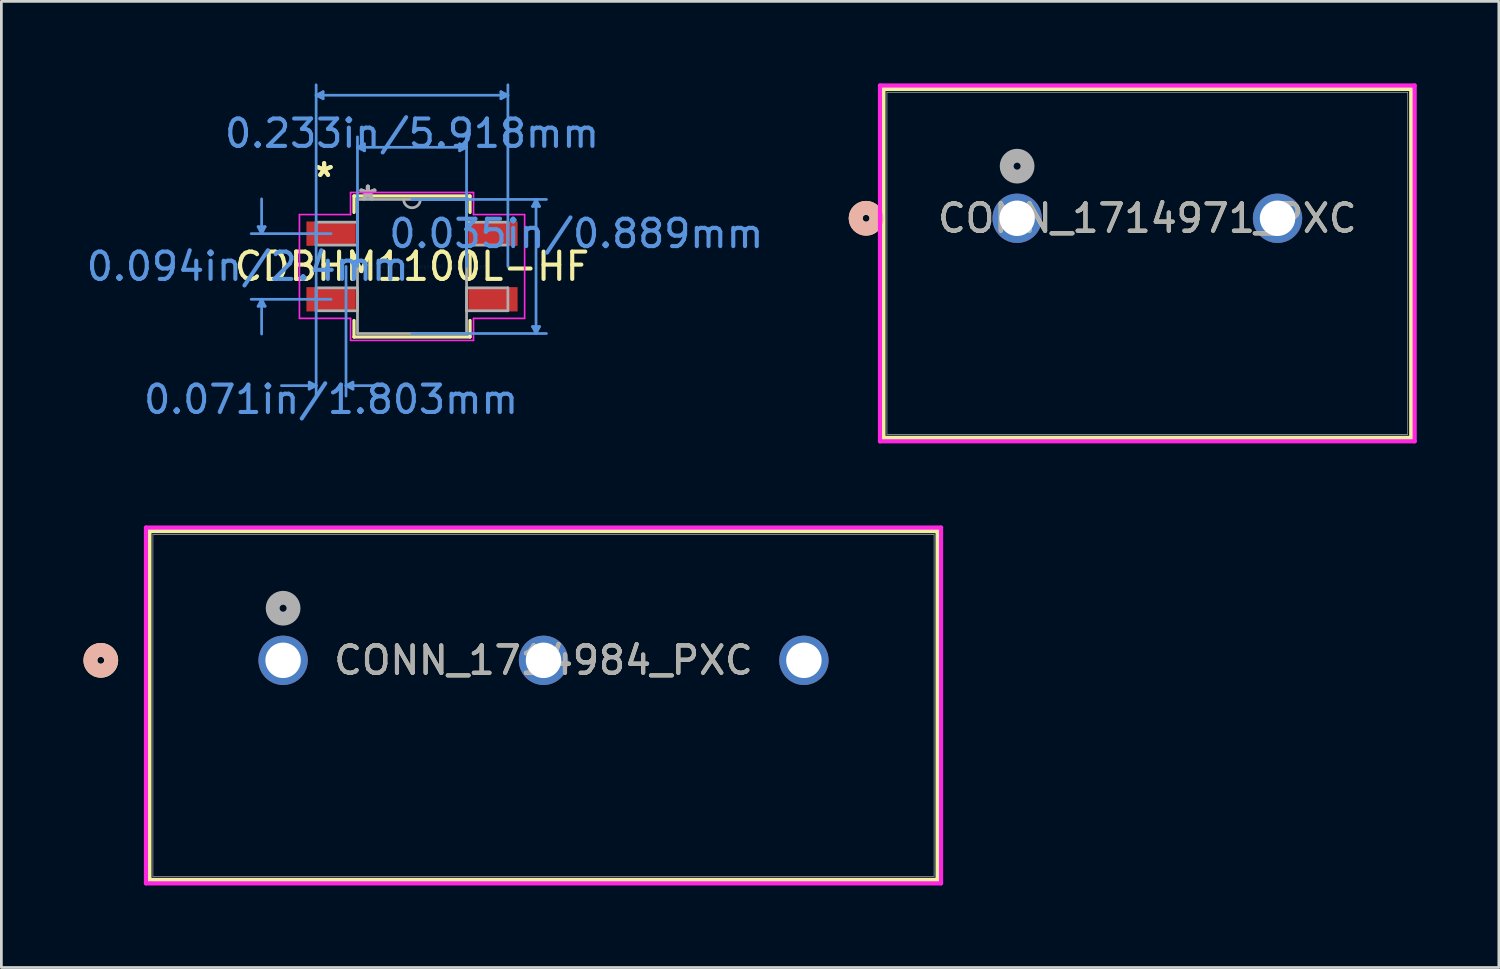
<source format=kicad_pcb>
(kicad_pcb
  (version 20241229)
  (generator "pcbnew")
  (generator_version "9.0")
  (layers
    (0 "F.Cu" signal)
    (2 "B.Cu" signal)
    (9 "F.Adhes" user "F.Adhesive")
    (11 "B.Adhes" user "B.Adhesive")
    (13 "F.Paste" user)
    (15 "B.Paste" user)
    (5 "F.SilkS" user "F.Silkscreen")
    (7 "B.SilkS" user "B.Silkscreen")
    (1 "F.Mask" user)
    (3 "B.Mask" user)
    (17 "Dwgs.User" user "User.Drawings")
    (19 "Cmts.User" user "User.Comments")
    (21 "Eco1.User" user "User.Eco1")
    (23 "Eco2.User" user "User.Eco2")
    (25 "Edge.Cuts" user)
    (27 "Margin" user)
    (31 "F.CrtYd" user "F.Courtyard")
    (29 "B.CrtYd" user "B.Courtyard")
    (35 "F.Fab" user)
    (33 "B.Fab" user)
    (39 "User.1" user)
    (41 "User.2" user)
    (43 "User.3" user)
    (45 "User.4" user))
  (footprint "CDBHM1100L-HF"
    (layer "F.Cu")
    (at 12.013 6.692)
    (property "Reference" "CDBHM1100L-HF" (at 0 0 0) (layer "F.SilkS") (effects (font (size 1 1) (thickness 0.15))))
    (attr through_hole)
    (fp_line (start -2.121 -2.578) (end -2.121 -1.977) (stroke (width 0.12) (type solid)) (layer "F.SilkS"))
    (fp_line (start -2.121 -0.423) (end -2.121 0.423) (stroke (width 0.12) (type solid)) (layer "F.SilkS"))
    (fp_line (start -2.121 1.977) (end -2.121 2.578) (stroke (width 0.12) (type solid)) (layer "F.SilkS"))
    (fp_line (start -2.121 2.578) (end 2.121 2.578) (stroke (width 0.12) (type solid)) (layer "F.SilkS"))
    (fp_line (start 2.121 -2.578) (end -2.121 -2.578) (stroke (width 0.12) (type solid)) (layer "F.SilkS"))
    (fp_line (start 2.121 -1.977) (end 2.121 -2.578) (stroke (width 0.12) (type solid)) (layer "F.SilkS"))
    (fp_line (start 2.121 0.423) (end 2.121 -0.423) (stroke (width 0.12) (type solid)) (layer "F.SilkS"))
    (fp_line (start 2.121 2.578) (end 2.121 1.977) (stroke (width 0.12) (type solid)) (layer "F.SilkS"))
    (fp_line (start -5.626 -1.454) (end -5.372 -1.454) (stroke (width 0.1) (type solid)) (layer "Cmts.User"))
    (fp_line (start -5.626 1.454) (end -5.372 1.454) (stroke (width 0.1) (type solid)) (layer "Cmts.User"))
    (fp_line (start -5.499 -1.2) (end -5.626 -1.454) (stroke (width 0.1) (type solid)) (layer "Cmts.User"))
    (fp_line (start -5.499 -1.2) (end -5.499 -2.47) (stroke (width 0.1) (type solid)) (layer "Cmts.User"))
    (fp_line (start -5.499 -1.2) (end -5.372 -1.454) (stroke (width 0.1) (type solid)) (layer "Cmts.User"))
    (fp_line (start -5.499 1.2) (end -5.626 1.454) (stroke (width 0.1) (type solid)) (layer "Cmts.User"))
    (fp_line (start -5.499 1.2) (end -5.499 2.47) (stroke (width 0.1) (type solid)) (layer "Cmts.User"))
    (fp_line (start -5.499 1.2) (end -5.372 1.454) (stroke (width 0.1) (type solid)) (layer "Cmts.User"))
    (fp_line (start -3.759 4.229) (end -3.759 4.483) (stroke (width 0.1) (type solid)) (layer "Cmts.User"))
    (fp_line (start -3.505 -6.261) (end -3.251 -6.388) (stroke (width 0.1) (type solid)) (layer "Cmts.User"))
    (fp_line (start -3.505 -6.261) (end -3.251 -6.134) (stroke (width 0.1) (type solid)) (layer "Cmts.User"))
    (fp_line (start -3.505 -6.261) (end 3.505 -6.261) (stroke (width 0.1) (type solid)) (layer "Cmts.User"))
    (fp_line (start -3.505 0) (end -3.505 -6.642) (stroke (width 0.1) (type solid)) (layer "Cmts.User"))
    (fp_line (start -3.505 0) (end -3.505 4.737) (stroke (width 0.1) (type solid)) (layer "Cmts.User"))
    (fp_line (start -3.505 4.356) (end -4.775 4.356) (stroke (width 0.1) (type solid)) (layer "Cmts.User"))
    (fp_line (start -3.505 4.356) (end -3.759 4.229) (stroke (width 0.1) (type solid)) (layer "Cmts.User"))
    (fp_line (start -3.505 4.356) (end -3.759 4.483) (stroke (width 0.1) (type solid)) (layer "Cmts.User"))
    (fp_line (start -3.251 -6.388) (end -3.251 -6.134) (stroke (width 0.1) (type solid)) (layer "Cmts.User"))
    (fp_line (start -2.959 -1.2) (end -5.88 -1.2) (stroke (width 0.1) (type solid)) (layer "Cmts.User"))
    (fp_line (start -2.959 1.2) (end -5.88 1.2) (stroke (width 0.1) (type solid)) (layer "Cmts.User"))
    (fp_line (start -2.413 0) (end -2.413 4.737) (stroke (width 0.1) (type solid)) (layer "Cmts.User"))
    (fp_line (start -2.413 4.356) (end -2.159 4.229) (stroke (width 0.1) (type solid)) (layer "Cmts.User"))
    (fp_line (start -2.413 4.356) (end -2.159 4.483) (stroke (width 0.1) (type solid)) (layer "Cmts.User"))
    (fp_line (start -2.413 4.356) (end -1.143 4.356) (stroke (width 0.1) (type solid)) (layer "Cmts.User"))
    (fp_line (start -2.159 4.229) (end -2.159 4.483) (stroke (width 0.1) (type solid)) (layer "Cmts.User"))
    (fp_line (start -1.994 -4.356) (end -1.74 -4.483) (stroke (width 0.1) (type solid)) (layer "Cmts.User"))
    (fp_line (start -1.994 -4.356) (end -1.74 -4.229) (stroke (width 0.1) (type solid)) (layer "Cmts.User"))
    (fp_line (start -1.994 -4.356) (end 1.994 -4.356) (stroke (width 0.1) (type solid)) (layer "Cmts.User"))
    (fp_line (start -1.994 0) (end -1.994 -4.737) (stroke (width 0.1) (type solid)) (layer "Cmts.User"))
    (fp_line (start -1.74 -4.483) (end -1.74 -4.229) (stroke (width 0.1) (type solid)) (layer "Cmts.User"))
    (fp_line (start 0 -2.451) (end 4.915 -2.451) (stroke (width 0.1) (type solid)) (layer "Cmts.User"))
    (fp_line (start 0 2.451) (end 4.915 2.451) (stroke (width 0.1) (type solid)) (layer "Cmts.User"))
    (fp_line (start 1.74 -4.483) (end 1.74 -4.229) (stroke (width 0.1) (type solid)) (layer "Cmts.User"))
    (fp_line (start 1.994 -4.356) (end 1.74 -4.483) (stroke (width 0.1) (type solid)) (layer "Cmts.User"))
    (fp_line (start 1.994 -4.356) (end 1.74 -4.229) (stroke (width 0.1) (type solid)) (layer "Cmts.User"))
    (fp_line (start 1.994 0) (end 1.994 -4.737) (stroke (width 0.1) (type solid)) (layer "Cmts.User"))
    (fp_line (start 3.251 -6.388) (end 3.251 -6.134) (stroke (width 0.1) (type solid)) (layer "Cmts.User"))
    (fp_line (start 3.505 -6.261) (end 3.251 -6.388) (stroke (width 0.1) (type solid)) (layer "Cmts.User"))
    (fp_line (start 3.505 -6.261) (end 3.251 -6.134) (stroke (width 0.1) (type solid)) (layer "Cmts.User"))
    (fp_line (start 3.505 0) (end 3.505 -6.642) (stroke (width 0.1) (type solid)) (layer "Cmts.User"))
    (fp_line (start 4.407 -2.197) (end 4.661 -2.197) (stroke (width 0.1) (type solid)) (layer "Cmts.User"))
    (fp_line (start 4.407 2.197) (end 4.661 2.197) (stroke (width 0.1) (type solid)) (layer "Cmts.User"))
    (fp_line (start 4.534 -2.451) (end 4.407 -2.197) (stroke (width 0.1) (type solid)) (layer "Cmts.User"))
    (fp_line (start 4.534 -2.451) (end 4.534 2.451) (stroke (width 0.1) (type solid)) (layer "Cmts.User"))
    (fp_line (start 4.534 -2.451) (end 4.661 -2.197) (stroke (width 0.1) (type solid)) (layer "Cmts.User"))
    (fp_line (start 4.534 2.451) (end 4.407 2.197) (stroke (width 0.1) (type solid)) (layer "Cmts.User"))
    (fp_line (start 4.534 2.451) (end 4.661 2.197) (stroke (width 0.1) (type solid)) (layer "Cmts.User"))
    (fp_line (start -4.115 -1.899) (end -2.248 -1.899) (stroke (width 0.05) (type solid)) (layer "F.CrtYd"))
    (fp_line (start -4.115 -1.899) (end -2.248 -1.899) (stroke (width 0.05) (type solid)) (layer "F.CrtYd"))
    (fp_line (start -4.115 1.899) (end -4.115 -1.899) (stroke (width 0.05) (type solid)) (layer "F.CrtYd"))
    (fp_line (start -4.115 1.899) (end -4.115 -1.899) (stroke (width 0.05) (type solid)) (layer "F.CrtYd"))
    (fp_line (start -4.115 1.899) (end -2.248 1.899) (stroke (width 0.05) (type solid)) (layer "F.CrtYd"))
    (fp_line (start -2.248 -2.705) (end 2.248 -2.705) (stroke (width 0.05) (type solid)) (layer "F.CrtYd"))
    (fp_line (start -2.248 -2.705) (end 2.248 -2.705) (stroke (width 0.05) (type solid)) (layer "F.CrtYd"))
    (fp_line (start -2.248 -1.899) (end -2.248 -2.705) (stroke (width 0.05) (type solid)) (layer "F.CrtYd"))
    (fp_line (start -2.248 -1.899) (end -2.248 -2.705) (stroke (width 0.05) (type solid)) (layer "F.CrtYd"))
    (fp_line (start -2.248 1.899) (end -4.115 1.899) (stroke (width 0.05) (type solid)) (layer "F.CrtYd"))
    (fp_line (start -2.248 2.705) (end -2.248 1.899) (stroke (width 0.05) (type solid)) (layer "F.CrtYd"))
    (fp_line (start -2.248 2.705) (end -2.248 1.899) (stroke (width 0.05) (type solid)) (layer "F.CrtYd"))
    (fp_line (start 2.248 -2.705) (end 2.248 -1.899) (stroke (width 0.05) (type solid)) (layer "F.CrtYd"))
    (fp_line (start 2.248 -2.705) (end 2.248 -1.899) (stroke (width 0.05) (type solid)) (layer "F.CrtYd"))
    (fp_line (start 2.248 -1.899) (end 4.115 -1.899) (stroke (width 0.05) (type solid)) (layer "F.CrtYd"))
    (fp_line (start 2.248 1.899) (end 2.248 2.705) (stroke (width 0.05) (type solid)) (layer "F.CrtYd"))
    (fp_line (start 2.248 1.899) (end 2.248 2.705) (stroke (width 0.05) (type solid)) (layer "F.CrtYd"))
    (fp_line (start 2.248 2.705) (end -2.248 2.705) (stroke (width 0.05) (type solid)) (layer "F.CrtYd"))
    (fp_line (start 2.248 2.705) (end -2.248 2.705) (stroke (width 0.05) (type solid)) (layer "F.CrtYd"))
    (fp_line (start 4.115 -1.899) (end 2.248 -1.899) (stroke (width 0.05) (type solid)) (layer "F.CrtYd"))
    (fp_line (start 4.115 -1.899) (end 4.115 1.899) (stroke (width 0.05) (type solid)) (layer "F.CrtYd"))
    (fp_line (start 4.115 -1.899) (end 4.115 1.899) (stroke (width 0.05) (type solid)) (layer "F.CrtYd"))
    (fp_line (start 4.115 1.899) (end 2.248 1.899) (stroke (width 0.05) (type solid)) (layer "F.CrtYd"))
    (fp_line (start 4.115 1.899) (end 2.248 1.899) (stroke (width 0.05) (type solid)) (layer "F.CrtYd"))
    (fp_line (start -3.505 -1.619) (end -3.505 -0.781) (stroke (width 0.1) (type solid)) (layer "F.Fab"))
    (fp_line (start -3.505 -0.781) (end -1.994 -0.781) (stroke (width 0.1) (type solid)) (layer "F.Fab"))
    (fp_line (start -3.505 0.781) (end -3.505 1.619) (stroke (width 0.1) (type solid)) (layer "F.Fab"))
    (fp_line (start -3.505 1.619) (end -1.994 1.619) (stroke (width 0.1) (type solid)) (layer "F.Fab"))
    (fp_line (start -1.994 -2.451) (end -1.994 2.451) (stroke (width 0.1) (type solid)) (layer "F.Fab"))
    (fp_line (start -1.994 -1.619) (end -3.505 -1.619) (stroke (width 0.1) (type solid)) (layer "F.Fab"))
    (fp_line (start -1.994 -0.781) (end -1.994 -1.619) (stroke (width 0.1) (type solid)) (layer "F.Fab"))
    (fp_line (start -1.994 0.781) (end -3.505 0.781) (stroke (width 0.1) (type solid)) (layer "F.Fab"))
    (fp_line (start -1.994 1.619) (end -1.994 0.781) (stroke (width 0.1) (type solid)) (layer "F.Fab"))
    (fp_line (start -1.994 2.451) (end 1.994 2.451) (stroke (width 0.1) (type solid)) (layer "F.Fab"))
    (fp_line (start 1.994 -2.451) (end -1.994 -2.451) (stroke (width 0.1) (type solid)) (layer "F.Fab"))
    (fp_line (start 1.994 -1.619) (end 1.994 -0.781) (stroke (width 0.1) (type solid)) (layer "F.Fab"))
    (fp_line (start 1.994 -0.781) (end 3.505 -0.781) (stroke (width 0.1) (type solid)) (layer "F.Fab"))
    (fp_line (start 1.994 0.781) (end 1.994 1.619) (stroke (width 0.1) (type solid)) (layer "F.Fab"))
    (fp_line (start 1.994 1.619) (end 3.505 1.619) (stroke (width 0.1) (type solid)) (layer "F.Fab"))
    (fp_line (start 1.994 2.451) (end 1.994 -2.451) (stroke (width 0.1) (type solid)) (layer "F.Fab"))
    (fp_line (start 3.505 -1.619) (end 1.994 -1.619) (stroke (width 0.1) (type solid)) (layer "F.Fab"))
    (fp_line (start 3.505 -0.781) (end 3.505 -1.619) (stroke (width 0.1) (type solid)) (layer "F.Fab"))
    (fp_line (start 3.505 0.781) (end 1.994 0.781) (stroke (width 0.1) (type solid)) (layer "F.Fab"))
    (fp_line (start 3.505 1.619) (end 3.505 0.781) (stroke (width 0.1) (type solid)) (layer "F.Fab"))
    (fp_arc (start 0.3048 -2.4511) (mid 0 -2.1463) (end -0.3048 -2.4511) (stroke (width 0.1) (type solid)) (layer "F.Fab"))
    (fp_text user "*" (at -3.213 -3.232 0) (layer "F.SilkS") (effects (font (size 1 1) (thickness 0.15))))
    (fp_text user "*" (at -3.213 -3.232 0) (layer "F.SilkS") (effects (font (size 1 1) (thickness 0.15))))
    (fp_text user "0.094in/2.4mm" (at -6.007 0 0) (layer "Cmts.User") (effects (font (size 1 1) (thickness 0.15))))
    (fp_text user "Copyright 2021 Accelerated Designs. All rights reserved." (at 0 0 0) (layer "Cmts.User") (effects (font (size 0.127 0.127) (thickness 0.002))))
    (fp_text user "0.071in/1.803mm" (at -2.959 4.864 0) (layer "Cmts.User") (effects (font (size 1 1) (thickness 0.15))))
    (fp_text user "0.233in/5.918mm" (at 0 -4.864 0) (layer "Cmts.User") (effects (font (size 1 1) (thickness 0.15))))
    (fp_text user "0.035in/0.889mm" (at 6.007 -1.2 0) (layer "Cmts.User") (effects (font (size 1 1) (thickness 0.15))))
    (fp_text user "*" (at -1.613 -2.375 0) (layer "F.Fab") (effects (font (size 1 1) (thickness 0.15))))
    (fp_text user "*" (at -1.613 -2.375 0) (layer "F.Fab") (effects (font (size 1 1) (thickness 0.15))))
    (pad "1" smd rect (at -2.959 -1.2) (size 1.803 0.889) (layers "F.Cu" "F.Mask" "F.Paste"))
    (pad "2" smd rect (at -2.959 1.2) (size 1.803 0.889) (layers "F.Cu" "F.Mask" "F.Paste"))
    (pad "3" smd rect (at 2.959 1.2) (size 1.803 0.889) (layers "F.Cu" "F.Mask" "F.Paste"))
    (pad "4" smd rect (at 2.959 -1.2) (size 1.803 0.889) (layers "F.Cu" "F.Mask" "F.Paste")))
  (footprint "CONN_1714984_PXC"
    (layer "F.Cu")
    (at 7.3 21.091)
    (property "Reference" "CONN_1714984_PXC" (at 9.52 0 0) (unlocked yes) (layer "F.SilkS") (effects (font (size 1 1) (thickness 0.15))))
    (attr through_hole)
    (fp_line (start -4.887 -4.727) (end -4.887 8.027) (stroke (width 0.152) (type solid)) (layer "F.SilkS"))
    (fp_line (start -4.887 8.027) (end 23.927 8.027) (stroke (width 0.152) (type solid)) (layer "F.SilkS"))
    (fp_line (start 23.927 -4.727) (end -4.887 -4.727) (stroke (width 0.152) (type solid)) (layer "F.SilkS"))
    (fp_line (start 23.927 8.027) (end 23.927 -4.727) (stroke (width 0.152) (type solid)) (layer "F.SilkS"))
    (fp_circle (center -6.665 0) (end -6.284 0) (stroke (width 0.508) (type solid)) (fill no) (layer "F.SilkS"))
    (fp_circle (center -6.665 0) (end -6.284 0) (stroke (width 0.508) (type solid)) (fill no) (layer "B.SilkS"))
    (fp_line (start -5.014 -4.854) (end -5.014 8.154) (stroke (width 0.152) (type solid)) (layer "F.CrtYd"))
    (fp_line (start -5.014 8.154) (end 24.054 8.154) (stroke (width 0.152) (type solid)) (layer "F.CrtYd"))
    (fp_line (start 24.054 -4.854) (end -5.014 -4.854) (stroke (width 0.152) (type solid)) (layer "F.CrtYd"))
    (fp_line (start 24.054 8.154) (end 24.054 -4.854) (stroke (width 0.152) (type solid)) (layer "F.CrtYd"))
    (fp_line (start -4.76 -4.6) (end -4.76 7.9) (stroke (width 0.025) (type solid)) (layer "F.Fab"))
    (fp_line (start -4.76 7.9) (end 23.8 7.9) (stroke (width 0.025) (type solid)) (layer "F.Fab"))
    (fp_line (start 23.8 -4.6) (end -4.76 -4.6) (stroke (width 0.025) (type solid)) (layer "F.Fab"))
    (fp_line (start 23.8 7.9) (end 23.8 -4.6) (stroke (width 0.025) (type solid)) (layer "F.Fab"))
    (fp_circle (center 0 -1.905) (end 0.381 -1.905) (stroke (width 0.508) (type solid)) (fill no) (layer "F.Fab"))
    (fp_text user "${REFERENCE}" (at 9.52 0 0) (unlocked yes) (layer "F.Fab") (effects (font (size 1 1) (thickness 0.15))))
    (pad "1" thru_hole circle (at 0 0) (size 1.803 1.803) (drill 1.295) (layers "*.Cu" "*.Mask"))
    (pad "2" thru_hole circle (at 9.52 0) (size 1.803 1.803) (drill 1.295) (layers "*.Cu" "*.Mask"))
    (pad "3" thru_hole circle (at 19.04 0) (size 1.803 1.803) (drill 1.295) (layers "*.Cu" "*.Mask")))
  (footprint "CONN_1714971_PXC"
    (layer "F.Cu")
    (at 34.135 4.93)
    (property "Reference" "CONN_1714971_PXC" (at 4.76 0 0) (unlocked yes) (layer "F.SilkS") (effects (font (size 1 1) (thickness 0.15))))
    (attr through_hole)
    (fp_line (start -4.887 -4.727) (end -4.887 8.027) (stroke (width 0.152) (type solid)) (layer "F.SilkS"))
    (fp_line (start -4.887 8.027) (end 14.407 8.027) (stroke (width 0.152) (type solid)) (layer "F.SilkS"))
    (fp_line (start 14.407 -4.727) (end -4.887 -4.727) (stroke (width 0.152) (type solid)) (layer "F.SilkS"))
    (fp_line (start 14.407 8.027) (end 14.407 -4.727) (stroke (width 0.152) (type solid)) (layer "F.SilkS"))
    (fp_circle (center -5.522 0) (end -5.141 0) (stroke (width 0.508) (type solid)) (fill no) (layer "F.SilkS"))
    (fp_circle (center -5.522 0) (end -5.141 0) (stroke (width 0.508) (type solid)) (fill no) (layer "B.SilkS"))
    (fp_line (start -5.014 -4.854) (end -5.014 8.154) (stroke (width 0.152) (type solid)) (layer "F.CrtYd"))
    (fp_line (start -5.014 8.154) (end 14.534 8.154) (stroke (width 0.152) (type solid)) (layer "F.CrtYd"))
    (fp_line (start 14.534 -4.854) (end -5.014 -4.854) (stroke (width 0.152) (type solid)) (layer "F.CrtYd"))
    (fp_line (start 14.534 8.154) (end 14.534 -4.854) (stroke (width 0.152) (type solid)) (layer "F.CrtYd"))
    (fp_line (start -4.76 -4.6) (end -4.76 7.9) (stroke (width 0.025) (type solid)) (layer "F.Fab"))
    (fp_line (start -4.76 7.9) (end 14.28 7.9) (stroke (width 0.025) (type solid)) (layer "F.Fab"))
    (fp_line (start 14.28 -4.6) (end -4.76 -4.6) (stroke (width 0.025) (type solid)) (layer "F.Fab"))
    (fp_line (start 14.28 7.9) (end 14.28 -4.6) (stroke (width 0.025) (type solid)) (layer "F.Fab"))
    (fp_circle (center 0 -1.905) (end 0.381 -1.905) (stroke (width 0.508) (type solid)) (fill no) (layer "F.Fab"))
    (fp_text user "${REFERENCE}" (at 4.76 0 0) (unlocked yes) (layer "F.Fab") (effects (font (size 1 1) (thickness 0.15))))
    (pad "1" thru_hole circle (at 0 0) (size 1.803 1.803) (drill 1.295) (layers "*.Cu" "*.Mask"))
    (pad "2" thru_hole circle (at 9.52 0) (size 1.803 1.803) (drill 1.295) (layers "*.Cu" "*.Mask")))
  (gr_rect
    (start -3 -3)
    (end 51.746 32.321)
    (stroke (width 0.1) (type default))
    (fill no)
    (layer "Edge.Cuts")))
</source>
